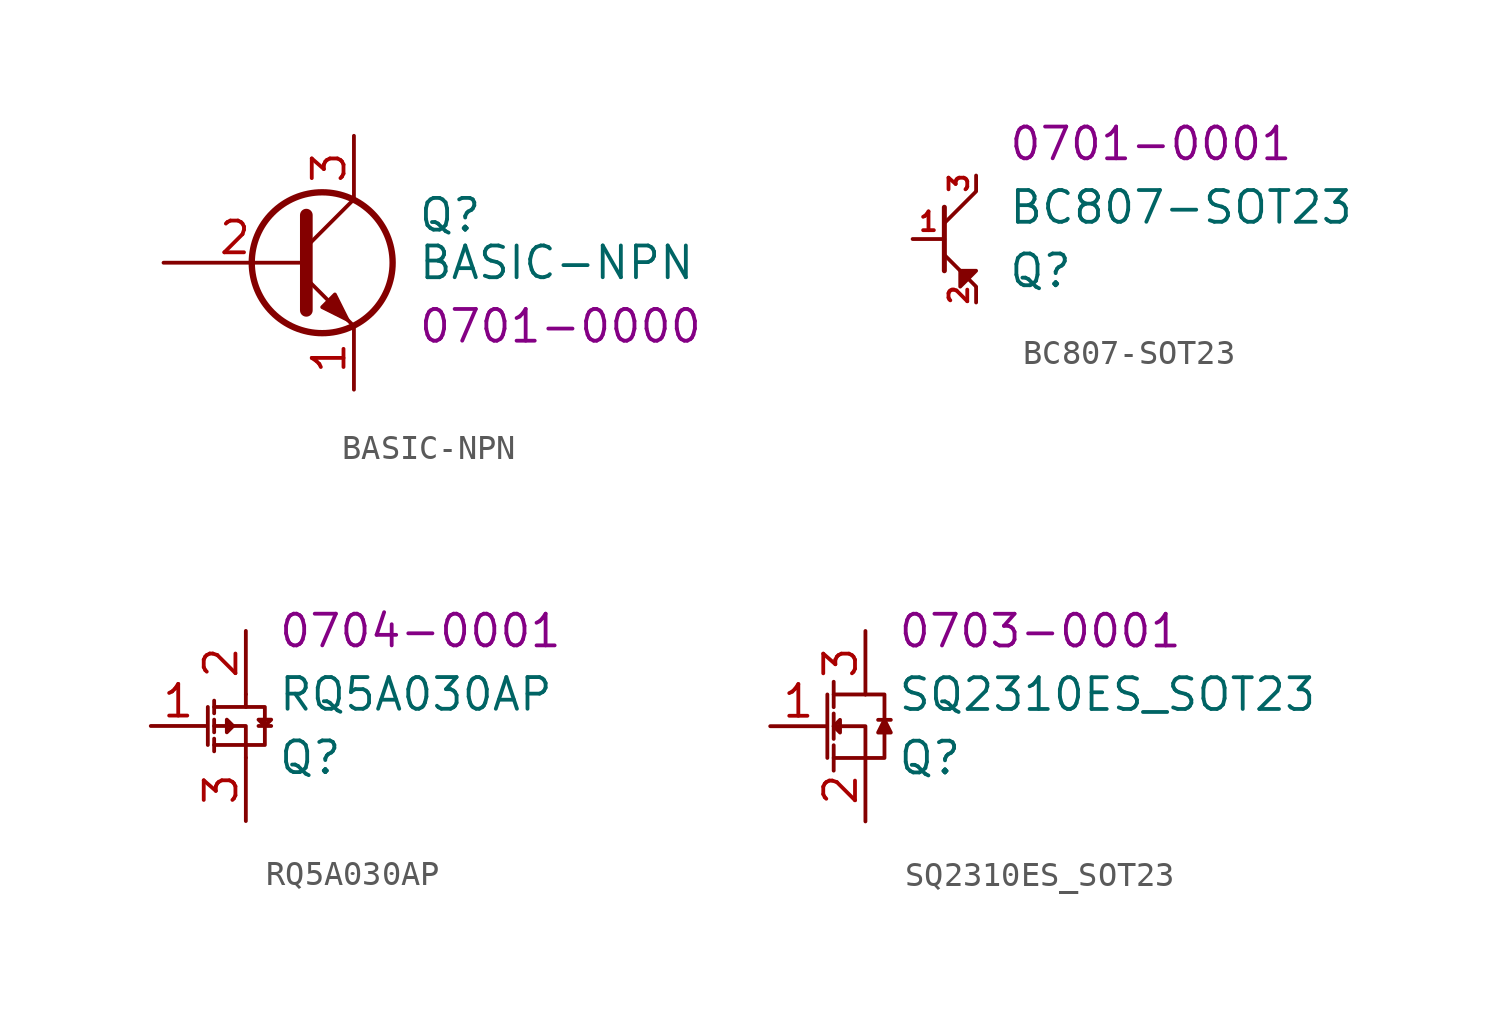
<source format=kicad_sym>
(kicad_symbol_lib
  (version 20211014)
  (generator kicad_symbol_editor)
  (symbol "BASIC-NPN"
    (pin_names
      (offset 0) hide)
    (property "Reference" "Q"
      (at 5.08 1.905 0)
      (effects (font (size 1.27 1.27)) (justify left)))
    (property "Value" "BASIC-NPN"
      (at 5.08 0 0)
      (effects (font (size 1.27 1.27)) (justify left)))
    (property "PartNumber" "0701-0000"
      (at 5.08 -2.54 0)
      (effects (font (size 1.27 1.27)) (justify left)))
    (symbol "BASIC-NPN_0_1"
      (polyline (pts (xy 0.635 0.635) (xy 2.54 2.54)) (stroke (width 0) (type default) (color 0 0 0 0)) (fill (type none)))
      (polyline (pts (xy 0.635 -0.635) (xy 2.54 -2.54) (xy 2.54 -2.54)) (stroke (width 0) (type default) (color 0 0 0 0)) (fill (type none)))
      (polyline (pts (xy 0.635 1.905) (xy 0.635 -1.905) (xy 0.635 -1.905)) (stroke (width 0.508) (type default) (color 0 0 0 0)) (fill (type none)))
      (polyline (pts (xy 1.27 -1.778) (xy 1.778 -1.27) (xy 2.286 -2.286) (xy 1.27 -1.778) (xy 1.27 -1.778)) (stroke (width 0) (type default) (color 0 0 0 0)) (fill (type outline)))
      (circle (center 1.27 0) (radius 2.819) (stroke (width 0.254) (type default) (color 0 0 0 0)) (fill (type none))))
    (symbol "BASIC-NPN_1_1"
      (pin passive line (at 2.54 -5.08 90) (length 2.54) (name "E" (effects (font (size 1.27 1.27)))) (number "1" (effects (font (size 1.27 1.27)))))
      (pin passive line (at -5.08 0 0) (length 5.715) (name "B" (effects (font (size 1.27 1.27)))) (number "2" (effects (font (size 1.27 1.27)))))
      (pin passive line (at 2.54 5.08 270) (length 2.54) (name "C" (effects (font (size 1.27 1.27)))) (number "3" (effects (font (size 1.27 1.27)))))))
  (symbol "BC807-SOT23"
    (property "Reference" "Q"
      (at 2.54 -1.27 0)
      (effects (font (size 1.27 1.27)) (justify left)))
    (property "Value" "BC807-SOT23"
      (at 2.54 1.27 0)
      (effects (font (size 1.27 1.27)) (justify left)))
    (property "PartNumber" "0701-0001"
      (at 2.54 3.81 0)
      (effects (font (size 1.27 1.27)) (justify left)))
    (symbol "BC807-SOT23_0_0"
      (pin input line (at -1.27 0 0) (length 1.27) (name "B" (effects (font (size 0 0)))) (number "1" (effects (font (size 0.75 0.75)))))
      (pin bidirectional line (at 1.27 -2.54 90) (length 0.6) (name "E" (effects (font (size 0 0)))) (number "2" (effects (font (size 0.75 0.75)))))
      (pin bidirectional line (at 1.27 2.54 270) (length 0.6) (name "C" (effects (font (size 0 0)))) (number "3" (effects (font (size 0.75 0.75))))))
    (symbol "BC807-SOT23_0_1"
      (polyline (pts (xy 0 1.27) (xy 0 -1.27)) (stroke (width 0.2) (type default) (color 0 0 0 0)) (fill (type none)))
      (polyline (pts (xy 0 -0.635) (xy 1.27 -1.905) (xy 1.27 -1.905)) (stroke (width 0.15) (type default) (color 0 0 0 0)) (fill (type none)))
      (polyline (pts (xy 0 0.635) (xy 1.27 1.905) (xy 1.27 1.905)) (stroke (width 0.15) (type default) (color 0 0 0 0)) (fill (type none)))
      (polyline (pts (xy 0.635 -1.27) (xy 1.27 -1.27) (xy 0.635 -1.905) (xy 0.635 -1.27)) (stroke (width 0) (type default) (color 0 0 0 0)) (fill (type outline)))))
  (symbol "RQ5A030AP"
    (property "Reference" "Q"
      (at 2.54 -1.27 0)
      (effects (font (size 1.27 1.27)) (justify left)))
    (property "Value" "RQ5A030AP"
      (at 2.54 1.27 0)
      (effects (font (size 1.27 1.27)) (justify left)))
    (property "PartNumber" "0704-0001"
      (at 2.54 3.81 0)
      (effects (font (size 1.27 1.27)) (justify left)))
    (symbol "RQ5A030AP_0_0"
      (pin bidirectional line (at -2.54 0 0) (length 2.2) (name "G" (effects (font (size 0 0)))) (number "1" (effects (font (size 1.27 1.27)))))
      (pin bidirectional line (at 1.27 3.81 270) (length 2.54) (name "S" (effects (font (size 0 0)))) (number "2" (effects (font (size 1.27 1.27)))))
      (pin bidirectional line (at 1.27 -3.81 90) (length 2.54) (name "D" (effects (font (size 0 0)))) (number "3" (effects (font (size 1.27 1.27))))))
    (symbol "RQ5A030AP_0_1"
      (polyline (pts (xy -0.254 0.762) (xy -0.254 -0.762)) (stroke (width 0) (type default) (color 0 0 0 0)) (fill (type none)))
      (polyline (pts (xy 0 -0.508) (xy 0 -1.016)) (stroke (width 0) (type default) (color 0 0 0 0)) (fill (type none)))
      (polyline (pts (xy 0 0.254) (xy 0 -0.254)) (stroke (width 0) (type default) (color 0 0 0 0)) (fill (type none)))
      (polyline (pts (xy 0 0.508) (xy 0 1.016)) (stroke (width 0) (type default) (color 0 0 0 0)) (fill (type none)))
      (polyline (pts (xy 1.778 0) (xy 2.286 0)) (stroke (width 0) (type default) (color 0 0 0 0)) (fill (type none)))
      (polyline (pts (xy 0 -0.762) (xy 1.27 -0.762) (xy 1.27 -1.27)) (stroke (width 0) (type default) (color 0 0 0 0)) (fill (type none)))
      (polyline (pts (xy 0 0) (xy 1.27 0) (xy 1.27 -0.762)) (stroke (width 0) (type default) (color 0 0 0 0)) (fill (type none)))
      (polyline (pts (xy 0 0.762) (xy 1.27 0.762) (xy 1.27 1.27)) (stroke (width 0) (type default) (color 0 0 0 0)) (fill (type none)))
      (polyline (pts (xy 0.762 0) (xy 0.508 0.254) (xy 0.508 -0.254) (xy 0.762 0)) (stroke (width 0) (type default) (color 0 0 0 0)) (fill (type none)))
      (polyline (pts (xy 1.27 0.762) (xy 2.032 0.762) (xy 2.032 -0.762) (xy 1.27 -0.762)) (stroke (width 0) (type default) (color 0 0 0 0)) (fill (type none)))
      (polyline (pts (xy 2.032 0) (xy 1.778 0.254) (xy 2.286 0.254) (xy 2.032 0)) (stroke (width 0) (type default) (color 0 0 0 0)) (fill (type none)))))
  (symbol "SQ2310ES_SOT23"
    (property "Reference" "Q"
      (at 2.54 -1.27 0)
      (effects (font (size 1.27 1.27)) (justify left)))
    (property "Value" "SQ2310ES_SOT23"
      (at 2.54 1.27 0)
      (effects (font (size 1.27 1.27)) (justify left)))
    (property "PartNumber" "0703-0001"
      (at 2.54 3.81 0)
      (effects (font (size 1.27 1.27)) (justify left)))
    (symbol "SQ2310ES_SOT23_0_0"
      (pin input line (at -2.54 0 0) (length 2.25) (name "G" (effects (font (size 0 0)))) (number "1" (effects (font (size 1.27 1.27)))))
      (pin bidirectional line (at 1.27 -3.81 90) (length 2.54) (name "S" (effects (font (size 0 0)))) (number "2" (effects (font (size 1.27 1.27)))))
      (pin bidirectional line (at 1.27 3.81 270) (length 2.54) (name "D" (effects (font (size 0 0)))) (number "3" (effects (font (size 1.27 1.27))))))
    (symbol "SQ2310ES_SOT23_0_1"
      (polyline (pts (xy -0.254 -1.27) (xy -0.254 1.27)) (stroke (width 0) (type default) (color 0 0 0 0)) (fill (type none)))
      (polyline (pts (xy 0 -1.778) (xy 0 -0.762)) (stroke (width 0) (type default) (color 0 0 0 0)) (fill (type none)))
      (polyline (pts (xy 0 -0.508) (xy 0 0.508)) (stroke (width 0) (type default) (color 0 0 0 0)) (fill (type none)))
      (polyline (pts (xy 0 1.778) (xy 0 0.762)) (stroke (width 0) (type default) (color 0 0 0 0)) (fill (type none)))
      (polyline (pts (xy 1.778 0.254) (xy 2.286 0.254)) (stroke (width 0) (type default) (color 0 0 0 0)) (fill (type none)))
      (polyline (pts (xy 0 -1.27) (xy 1.27 -1.27) (xy 1.27 -1.27)) (stroke (width 0) (type default) (color 0 0 0 0)) (fill (type none)))
      (polyline (pts (xy 0 1.27) (xy 1.27 1.27) (xy 1.27 1.27)) (stroke (width 0) (type default) (color 0 0 0 0)) (fill (type none)))
      (polyline (pts (xy 1.27 -1.27) (xy 1.27 0) (xy 0 0)) (stroke (width 0) (type default) (color 0 0 0 0)) (fill (type none)))
      (polyline (pts (xy 0 0) (xy 0.254 0.254) (xy 0.254 -0.254) (xy 0 0)) (stroke (width 0) (type default) (color 0 0 0 0)) (fill (type none)))
      (polyline (pts (xy 1.27 -1.27) (xy 2.032 -1.27) (xy 2.032 1.27) (xy 1.27 1.27)) (stroke (width 0) (type default) (color 0 0 0 0)) (fill (type none)))
      (polyline (pts (xy 2.032 0.254) (xy 1.778 -0.254) (xy 2.286 -0.254) (xy 2.032 0.254)) (stroke (width 0) (type default) (color 0 0 0 0)) (fill (type outline))))))
</source>
